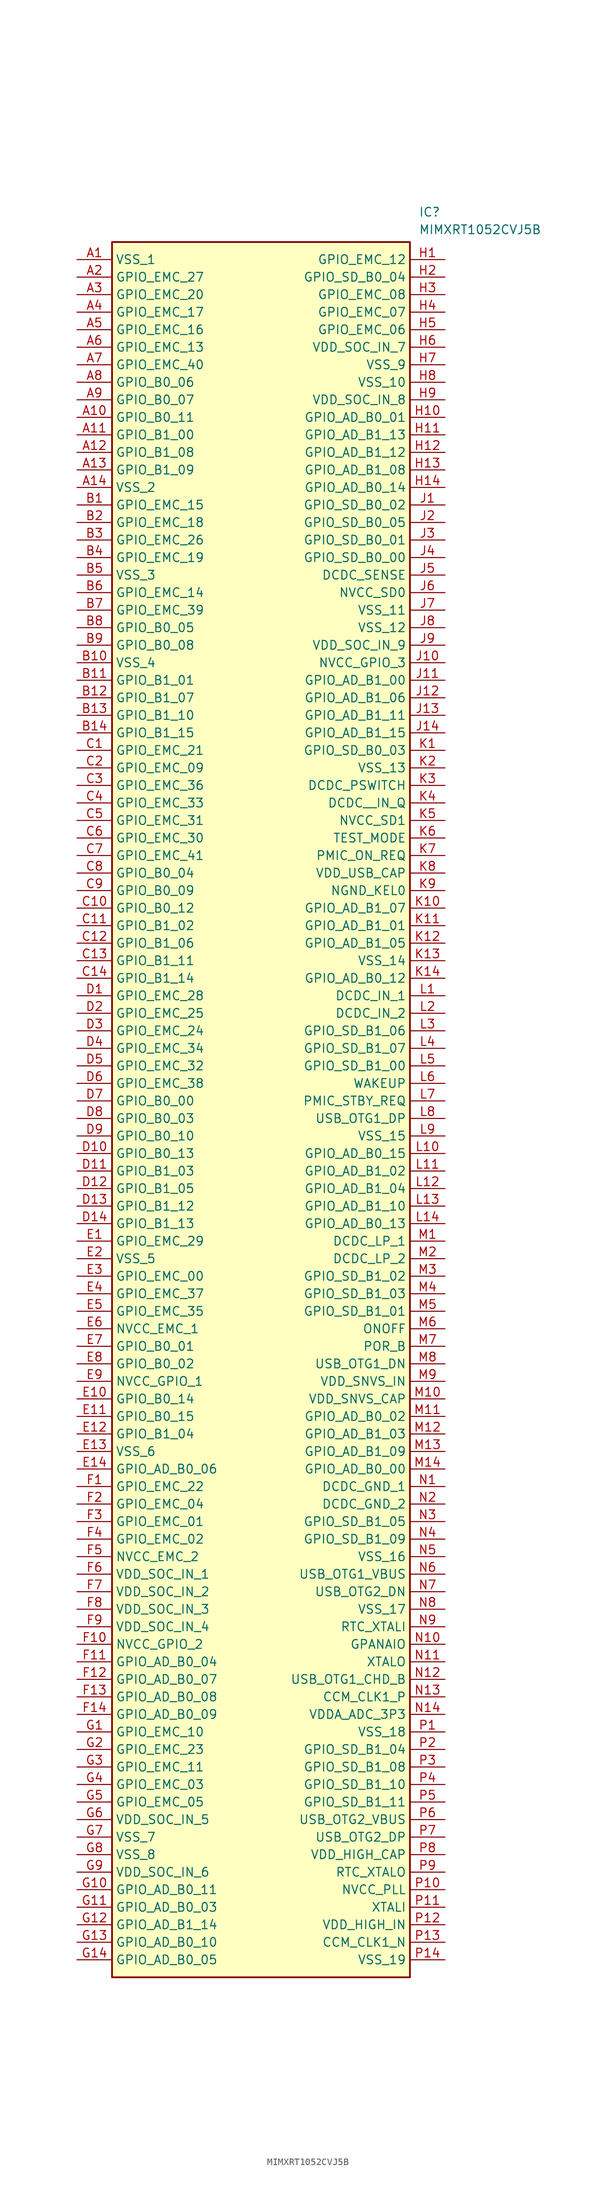
<source format=kicad_sym>
(kicad_symbol_lib
  (version 20211014)
  (generator SamacSys_ECAD_Model)
  (symbol "MIMXRT1052CVJ5B"
    (property "Reference" "IC"
      (at 49.53 7.62 0)
      (effects (font (size 1.27 1.27)) (justify left top)))
    (property "Value" "MIMXRT1052CVJ5B"
      (at 49.53 5.08 0)
      (effects (font (size 1.27 1.27)) (justify left top)))
    (rectangle
      (start 5.08 2.54)
      (end 48.26 -248.92)
      (stroke (width 0.254) (type default))
      (fill (type background)))
    (pin passive line
      (at 0 0 0)
      (length 5.08)
      (name "VSS_1" (effects (font (size 1.27 1.27))))
      (number "A1" (effects (font (size 1.27 1.27)))))
    (pin passive line
      (at 0 -2.54 0)
      (length 5.08)
      (name "GPIO_EMC_27" (effects (font (size 1.27 1.27))))
      (number "A2" (effects (font (size 1.27 1.27)))))
    (pin passive line
      (at 0 -5.08 0)
      (length 5.08)
      (name "GPIO_EMC_20" (effects (font (size 1.27 1.27))))
      (number "A3" (effects (font (size 1.27 1.27)))))
    (pin passive line
      (at 0 -7.62 0)
      (length 5.08)
      (name "GPIO_EMC_17" (effects (font (size 1.27 1.27))))
      (number "A4" (effects (font (size 1.27 1.27)))))
    (pin passive line
      (at 0 -10.16 0)
      (length 5.08)
      (name "GPIO_EMC_16" (effects (font (size 1.27 1.27))))
      (number "A5" (effects (font (size 1.27 1.27)))))
    (pin passive line
      (at 0 -12.7 0)
      (length 5.08)
      (name "GPIO_EMC_13" (effects (font (size 1.27 1.27))))
      (number "A6" (effects (font (size 1.27 1.27)))))
    (pin passive line
      (at 0 -15.24 0)
      (length 5.08)
      (name "GPIO_EMC_40" (effects (font (size 1.27 1.27))))
      (number "A7" (effects (font (size 1.27 1.27)))))
    (pin passive line
      (at 0 -17.78 0)
      (length 5.08)
      (name "GPIO_B0_06" (effects (font (size 1.27 1.27))))
      (number "A8" (effects (font (size 1.27 1.27)))))
    (pin passive line
      (at 0 -20.32 0)
      (length 5.08)
      (name "GPIO_B0_07" (effects (font (size 1.27 1.27))))
      (number "A9" (effects (font (size 1.27 1.27)))))
    (pin passive line
      (at 0 -22.86 0)
      (length 5.08)
      (name "GPIO_B0_11" (effects (font (size 1.27 1.27))))
      (number "A10" (effects (font (size 1.27 1.27)))))
    (pin passive line
      (at 0 -25.4 0)
      (length 5.08)
      (name "GPIO_B1_00" (effects (font (size 1.27 1.27))))
      (number "A11" (effects (font (size 1.27 1.27)))))
    (pin passive line
      (at 0 -27.94 0)
      (length 5.08)
      (name "GPIO_B1_08" (effects (font (size 1.27 1.27))))
      (number "A12" (effects (font (size 1.27 1.27)))))
    (pin passive line
      (at 0 -30.48 0)
      (length 5.08)
      (name "GPIO_B1_09" (effects (font (size 1.27 1.27))))
      (number "A13" (effects (font (size 1.27 1.27)))))
    (pin passive line
      (at 0 -33.02 0)
      (length 5.08)
      (name "VSS_2" (effects (font (size 1.27 1.27))))
      (number "A14" (effects (font (size 1.27 1.27)))))
    (pin passive line
      (at 0 -35.56 0)
      (length 5.08)
      (name "GPIO_EMC_15" (effects (font (size 1.27 1.27))))
      (number "B1" (effects (font (size 1.27 1.27)))))
    (pin passive line
      (at 0 -38.1 0)
      (length 5.08)
      (name "GPIO_EMC_18" (effects (font (size 1.27 1.27))))
      (number "B2" (effects (font (size 1.27 1.27)))))
    (pin passive line
      (at 0 -40.64 0)
      (length 5.08)
      (name "GPIO_EMC_26" (effects (font (size 1.27 1.27))))
      (number "B3" (effects (font (size 1.27 1.27)))))
    (pin passive line
      (at 0 -43.18 0)
      (length 5.08)
      (name "GPIO_EMC_19" (effects (font (size 1.27 1.27))))
      (number "B4" (effects (font (size 1.27 1.27)))))
    (pin passive line
      (at 0 -45.72 0)
      (length 5.08)
      (name "VSS_3" (effects (font (size 1.27 1.27))))
      (number "B5" (effects (font (size 1.27 1.27)))))
    (pin passive line
      (at 0 -48.26 0)
      (length 5.08)
      (name "GPIO_EMC_14" (effects (font (size 1.27 1.27))))
      (number "B6" (effects (font (size 1.27 1.27)))))
    (pin passive line
      (at 0 -50.8 0)
      (length 5.08)
      (name "GPIO_EMC_39" (effects (font (size 1.27 1.27))))
      (number "B7" (effects (font (size 1.27 1.27)))))
    (pin passive line
      (at 0 -53.34 0)
      (length 5.08)
      (name "GPIO_B0_05" (effects (font (size 1.27 1.27))))
      (number "B8" (effects (font (size 1.27 1.27)))))
    (pin passive line
      (at 0 -55.88 0)
      (length 5.08)
      (name "GPIO_B0_08" (effects (font (size 1.27 1.27))))
      (number "B9" (effects (font (size 1.27 1.27)))))
    (pin passive line
      (at 0 -58.42 0)
      (length 5.08)
      (name "VSS_4" (effects (font (size 1.27 1.27))))
      (number "B10" (effects (font (size 1.27 1.27)))))
    (pin passive line
      (at 0 -60.96 0)
      (length 5.08)
      (name "GPIO_B1_01" (effects (font (size 1.27 1.27))))
      (number "B11" (effects (font (size 1.27 1.27)))))
    (pin passive line
      (at 0 -63.5 0)
      (length 5.08)
      (name "GPIO_B1_07" (effects (font (size 1.27 1.27))))
      (number "B12" (effects (font (size 1.27 1.27)))))
    (pin passive line
      (at 0 -66.04 0)
      (length 5.08)
      (name "GPIO_B1_10" (effects (font (size 1.27 1.27))))
      (number "B13" (effects (font (size 1.27 1.27)))))
    (pin passive line
      (at 0 -68.58 0)
      (length 5.08)
      (name "GPIO_B1_15" (effects (font (size 1.27 1.27))))
      (number "B14" (effects (font (size 1.27 1.27)))))
    (pin passive line
      (at 0 -71.12 0)
      (length 5.08)
      (name "GPIO_EMC_21" (effects (font (size 1.27 1.27))))
      (number "C1" (effects (font (size 1.27 1.27)))))
    (pin passive line
      (at 0 -73.66 0)
      (length 5.08)
      (name "GPIO_EMC_09" (effects (font (size 1.27 1.27))))
      (number "C2" (effects (font (size 1.27 1.27)))))
    (pin passive line
      (at 0 -76.2 0)
      (length 5.08)
      (name "GPIO_EMC_36" (effects (font (size 1.27 1.27))))
      (number "C3" (effects (font (size 1.27 1.27)))))
    (pin passive line
      (at 0 -78.74 0)
      (length 5.08)
      (name "GPIO_EMC_33" (effects (font (size 1.27 1.27))))
      (number "C4" (effects (font (size 1.27 1.27)))))
    (pin passive line
      (at 0 -81.28 0)
      (length 5.08)
      (name "GPIO_EMC_31" (effects (font (size 1.27 1.27))))
      (number "C5" (effects (font (size 1.27 1.27)))))
    (pin passive line
      (at 0 -83.82 0)
      (length 5.08)
      (name "GPIO_EMC_30" (effects (font (size 1.27 1.27))))
      (number "C6" (effects (font (size 1.27 1.27)))))
    (pin passive line
      (at 0 -86.36 0)
      (length 5.08)
      (name "GPIO_EMC_41" (effects (font (size 1.27 1.27))))
      (number "C7" (effects (font (size 1.27 1.27)))))
    (pin passive line
      (at 0 -88.9 0)
      (length 5.08)
      (name "GPIO_B0_04" (effects (font (size 1.27 1.27))))
      (number "C8" (effects (font (size 1.27 1.27)))))
    (pin passive line
      (at 0 -91.44 0)
      (length 5.08)
      (name "GPIO_B0_09" (effects (font (size 1.27 1.27))))
      (number "C9" (effects (font (size 1.27 1.27)))))
    (pin passive line
      (at 0 -93.98 0)
      (length 5.08)
      (name "GPIO_B0_12" (effects (font (size 1.27 1.27))))
      (number "C10" (effects (font (size 1.27 1.27)))))
    (pin passive line
      (at 0 -96.52 0)
      (length 5.08)
      (name "GPIO_B1_02" (effects (font (size 1.27 1.27))))
      (number "C11" (effects (font (size 1.27 1.27)))))
    (pin passive line
      (at 0 -99.06 0)
      (length 5.08)
      (name "GPIO_B1_06" (effects (font (size 1.27 1.27))))
      (number "C12" (effects (font (size 1.27 1.27)))))
    (pin passive line
      (at 0 -101.6 0)
      (length 5.08)
      (name "GPIO_B1_11" (effects (font (size 1.27 1.27))))
      (number "C13" (effects (font (size 1.27 1.27)))))
    (pin passive line
      (at 0 -104.14 0)
      (length 5.08)
      (name "GPIO_B1_14" (effects (font (size 1.27 1.27))))
      (number "C14" (effects (font (size 1.27 1.27)))))
    (pin passive line
      (at 0 -106.68 0)
      (length 5.08)
      (name "GPIO_EMC_28" (effects (font (size 1.27 1.27))))
      (number "D1" (effects (font (size 1.27 1.27)))))
    (pin passive line
      (at 0 -109.22 0)
      (length 5.08)
      (name "GPIO_EMC_25" (effects (font (size 1.27 1.27))))
      (number "D2" (effects (font (size 1.27 1.27)))))
    (pin passive line
      (at 0 -111.76 0)
      (length 5.08)
      (name "GPIO_EMC_24" (effects (font (size 1.27 1.27))))
      (number "D3" (effects (font (size 1.27 1.27)))))
    (pin passive line
      (at 0 -114.3 0)
      (length 5.08)
      (name "GPIO_EMC_34" (effects (font (size 1.27 1.27))))
      (number "D4" (effects (font (size 1.27 1.27)))))
    (pin passive line
      (at 0 -116.84 0)
      (length 5.08)
      (name "GPIO_EMC_32" (effects (font (size 1.27 1.27))))
      (number "D5" (effects (font (size 1.27 1.27)))))
    (pin passive line
      (at 0 -119.38 0)
      (length 5.08)
      (name "GPIO_EMC_38" (effects (font (size 1.27 1.27))))
      (number "D6" (effects (font (size 1.27 1.27)))))
    (pin passive line
      (at 0 -121.92 0)
      (length 5.08)
      (name "GPIO_B0_00" (effects (font (size 1.27 1.27))))
      (number "D7" (effects (font (size 1.27 1.27)))))
    (pin passive line
      (at 0 -124.46 0)
      (length 5.08)
      (name "GPIO_B0_03" (effects (font (size 1.27 1.27))))
      (number "D8" (effects (font (size 1.27 1.27)))))
    (pin passive line
      (at 0 -127 0)
      (length 5.08)
      (name "GPIO_B0_10" (effects (font (size 1.27 1.27))))
      (number "D9" (effects (font (size 1.27 1.27)))))
    (pin passive line
      (at 0 -129.54 0)
      (length 5.08)
      (name "GPIO_B0_13" (effects (font (size 1.27 1.27))))
      (number "D10" (effects (font (size 1.27 1.27)))))
    (pin passive line
      (at 0 -132.08 0)
      (length 5.08)
      (name "GPIO_B1_03" (effects (font (size 1.27 1.27))))
      (number "D11" (effects (font (size 1.27 1.27)))))
    (pin passive line
      (at 0 -134.62 0)
      (length 5.08)
      (name "GPIO_B1_05" (effects (font (size 1.27 1.27))))
      (number "D12" (effects (font (size 1.27 1.27)))))
    (pin passive line
      (at 0 -137.16 0)
      (length 5.08)
      (name "GPIO_B1_12" (effects (font (size 1.27 1.27))))
      (number "D13" (effects (font (size 1.27 1.27)))))
    (pin passive line
      (at 0 -139.7 0)
      (length 5.08)
      (name "GPIO_B1_13" (effects (font (size 1.27 1.27))))
      (number "D14" (effects (font (size 1.27 1.27)))))
    (pin passive line
      (at 0 -142.24 0)
      (length 5.08)
      (name "GPIO_EMC_29" (effects (font (size 1.27 1.27))))
      (number "E1" (effects (font (size 1.27 1.27)))))
    (pin passive line
      (at 0 -144.78 0)
      (length 5.08)
      (name "VSS_5" (effects (font (size 1.27 1.27))))
      (number "E2" (effects (font (size 1.27 1.27)))))
    (pin passive line
      (at 0 -147.32 0)
      (length 5.08)
      (name "GPIO_EMC_00" (effects (font (size 1.27 1.27))))
      (number "E3" (effects (font (size 1.27 1.27)))))
    (pin passive line
      (at 0 -149.86 0)
      (length 5.08)
      (name "GPIO_EMC_37" (effects (font (size 1.27 1.27))))
      (number "E4" (effects (font (size 1.27 1.27)))))
    (pin passive line
      (at 0 -152.4 0)
      (length 5.08)
      (name "GPIO_EMC_35" (effects (font (size 1.27 1.27))))
      (number "E5" (effects (font (size 1.27 1.27)))))
    (pin passive line
      (at 0 -154.94 0)
      (length 5.08)
      (name "NVCC_EMC_1" (effects (font (size 1.27 1.27))))
      (number "E6" (effects (font (size 1.27 1.27)))))
    (pin passive line
      (at 0 -157.48 0)
      (length 5.08)
      (name "GPIO_B0_01" (effects (font (size 1.27 1.27))))
      (number "E7" (effects (font (size 1.27 1.27)))))
    (pin passive line
      (at 0 -160.02 0)
      (length 5.08)
      (name "GPIO_B0_02" (effects (font (size 1.27 1.27))))
      (number "E8" (effects (font (size 1.27 1.27)))))
    (pin passive line
      (at 0 -162.56 0)
      (length 5.08)
      (name "NVCC_GPIO_1" (effects (font (size 1.27 1.27))))
      (number "E9" (effects (font (size 1.27 1.27)))))
    (pin passive line
      (at 0 -165.1 0)
      (length 5.08)
      (name "GPIO_B0_14" (effects (font (size 1.27 1.27))))
      (number "E10" (effects (font (size 1.27 1.27)))))
    (pin passive line
      (at 0 -167.64 0)
      (length 5.08)
      (name "GPIO_B0_15" (effects (font (size 1.27 1.27))))
      (number "E11" (effects (font (size 1.27 1.27)))))
    (pin passive line
      (at 0 -170.18 0)
      (length 5.08)
      (name "GPIO_B1_04" (effects (font (size 1.27 1.27))))
      (number "E12" (effects (font (size 1.27 1.27)))))
    (pin passive line
      (at 0 -172.72 0)
      (length 5.08)
      (name "VSS_6" (effects (font (size 1.27 1.27))))
      (number "E13" (effects (font (size 1.27 1.27)))))
    (pin passive line
      (at 0 -175.26 0)
      (length 5.08)
      (name "GPIO_AD_B0_06" (effects (font (size 1.27 1.27))))
      (number "E14" (effects (font (size 1.27 1.27)))))
    (pin passive line
      (at 0 -177.8 0)
      (length 5.08)
      (name "GPIO_EMC_22" (effects (font (size 1.27 1.27))))
      (number "F1" (effects (font (size 1.27 1.27)))))
    (pin passive line
      (at 0 -180.34 0)
      (length 5.08)
      (name "GPIO_EMC_04" (effects (font (size 1.27 1.27))))
      (number "F2" (effects (font (size 1.27 1.27)))))
    (pin passive line
      (at 0 -182.88 0)
      (length 5.08)
      (name "GPIO_EMC_01" (effects (font (size 1.27 1.27))))
      (number "F3" (effects (font (size 1.27 1.27)))))
    (pin passive line
      (at 0 -185.42 0)
      (length 5.08)
      (name "GPIO_EMC_02" (effects (font (size 1.27 1.27))))
      (number "F4" (effects (font (size 1.27 1.27)))))
    (pin passive line
      (at 0 -187.96 0)
      (length 5.08)
      (name "NVCC_EMC_2" (effects (font (size 1.27 1.27))))
      (number "F5" (effects (font (size 1.27 1.27)))))
    (pin passive line
      (at 0 -190.5 0)
      (length 5.08)
      (name "VDD_SOC_IN_1" (effects (font (size 1.27 1.27))))
      (number "F6" (effects (font (size 1.27 1.27)))))
    (pin passive line
      (at 0 -193.04 0)
      (length 5.08)
      (name "VDD_SOC_IN_2" (effects (font (size 1.27 1.27))))
      (number "F7" (effects (font (size 1.27 1.27)))))
    (pin passive line
      (at 0 -195.58 0)
      (length 5.08)
      (name "VDD_SOC_IN_3" (effects (font (size 1.27 1.27))))
      (number "F8" (effects (font (size 1.27 1.27)))))
    (pin passive line
      (at 0 -198.12 0)
      (length 5.08)
      (name "VDD_SOC_IN_4" (effects (font (size 1.27 1.27))))
      (number "F9" (effects (font (size 1.27 1.27)))))
    (pin passive line
      (at 0 -200.66 0)
      (length 5.08)
      (name "NVCC_GPIO_2" (effects (font (size 1.27 1.27))))
      (number "F10" (effects (font (size 1.27 1.27)))))
    (pin passive line
      (at 0 -203.2 0)
      (length 5.08)
      (name "GPIO_AD_B0_04" (effects (font (size 1.27 1.27))))
      (number "F11" (effects (font (size 1.27 1.27)))))
    (pin passive line
      (at 0 -205.74 0)
      (length 5.08)
      (name "GPIO_AD_B0_07" (effects (font (size 1.27 1.27))))
      (number "F12" (effects (font (size 1.27 1.27)))))
    (pin passive line
      (at 0 -208.28 0)
      (length 5.08)
      (name "GPIO_AD_B0_08" (effects (font (size 1.27 1.27))))
      (number "F13" (effects (font (size 1.27 1.27)))))
    (pin passive line
      (at 0 -210.82 0)
      (length 5.08)
      (name "GPIO_AD_B0_09" (effects (font (size 1.27 1.27))))
      (number "F14" (effects (font (size 1.27 1.27)))))
    (pin passive line
      (at 0 -213.36 0)
      (length 5.08)
      (name "GPIO_EMC_10" (effects (font (size 1.27 1.27))))
      (number "G1" (effects (font (size 1.27 1.27)))))
    (pin passive line
      (at 0 -215.9 0)
      (length 5.08)
      (name "GPIO_EMC_23" (effects (font (size 1.27 1.27))))
      (number "G2" (effects (font (size 1.27 1.27)))))
    (pin passive line
      (at 0 -218.44 0)
      (length 5.08)
      (name "GPIO_EMC_11" (effects (font (size 1.27 1.27))))
      (number "G3" (effects (font (size 1.27 1.27)))))
    (pin passive line
      (at 0 -220.98 0)
      (length 5.08)
      (name "GPIO_EMC_03" (effects (font (size 1.27 1.27))))
      (number "G4" (effects (font (size 1.27 1.27)))))
    (pin passive line
      (at 0 -223.52 0)
      (length 5.08)
      (name "GPIO_EMC_05" (effects (font (size 1.27 1.27))))
      (number "G5" (effects (font (size 1.27 1.27)))))
    (pin passive line
      (at 0 -226.06 0)
      (length 5.08)
      (name "VDD_SOC_IN_5" (effects (font (size 1.27 1.27))))
      (number "G6" (effects (font (size 1.27 1.27)))))
    (pin passive line
      (at 0 -228.6 0)
      (length 5.08)
      (name "VSS_7" (effects (font (size 1.27 1.27))))
      (number "G7" (effects (font (size 1.27 1.27)))))
    (pin passive line
      (at 0 -231.14 0)
      (length 5.08)
      (name "VSS_8" (effects (font (size 1.27 1.27))))
      (number "G8" (effects (font (size 1.27 1.27)))))
    (pin passive line
      (at 0 -233.68 0)
      (length 5.08)
      (name "VDD_SOC_IN_6" (effects (font (size 1.27 1.27))))
      (number "G9" (effects (font (size 1.27 1.27)))))
    (pin passive line
      (at 0 -236.22 0)
      (length 5.08)
      (name "GPIO_AD_B0_11" (effects (font (size 1.27 1.27))))
      (number "G10" (effects (font (size 1.27 1.27)))))
    (pin passive line
      (at 0 -238.76 0)
      (length 5.08)
      (name "GPIO_AD_B0_03" (effects (font (size 1.27 1.27))))
      (number "G11" (effects (font (size 1.27 1.27)))))
    (pin passive line
      (at 0 -241.3 0)
      (length 5.08)
      (name "GPIO_AD_B1_14" (effects (font (size 1.27 1.27))))
      (number "G12" (effects (font (size 1.27 1.27)))))
    (pin passive line
      (at 0 -243.84 0)
      (length 5.08)
      (name "GPIO_AD_B0_10" (effects (font (size 1.27 1.27))))
      (number "G13" (effects (font (size 1.27 1.27)))))
    (pin passive line
      (at 0 -246.38 0)
      (length 5.08)
      (name "GPIO_AD_B0_05" (effects (font (size 1.27 1.27))))
      (number "G14" (effects (font (size 1.27 1.27)))))
    (pin passive line
      (at 53.34 0 180)
      (length 5.08)
      (name "GPIO_EMC_12" (effects (font (size 1.27 1.27))))
      (number "H1" (effects (font (size 1.27 1.27)))))
    (pin passive line
      (at 53.34 -2.54 180)
      (length 5.08)
      (name "GPIO_SD_B0_04" (effects (font (size 1.27 1.27))))
      (number "H2" (effects (font (size 1.27 1.27)))))
    (pin passive line
      (at 53.34 -5.08 180)
      (length 5.08)
      (name "GPIO_EMC_08" (effects (font (size 1.27 1.27))))
      (number "H3" (effects (font (size 1.27 1.27)))))
    (pin passive line
      (at 53.34 -7.62 180)
      (length 5.08)
      (name "GPIO_EMC_07" (effects (font (size 1.27 1.27))))
      (number "H4" (effects (font (size 1.27 1.27)))))
    (pin passive line
      (at 53.34 -10.16 180)
      (length 5.08)
      (name "GPIO_EMC_06" (effects (font (size 1.27 1.27))))
      (number "H5" (effects (font (size 1.27 1.27)))))
    (pin passive line
      (at 53.34 -12.7 180)
      (length 5.08)
      (name "VDD_SOC_IN_7" (effects (font (size 1.27 1.27))))
      (number "H6" (effects (font (size 1.27 1.27)))))
    (pin passive line
      (at 53.34 -15.24 180)
      (length 5.08)
      (name "VSS_9" (effects (font (size 1.27 1.27))))
      (number "H7" (effects (font (size 1.27 1.27)))))
    (pin passive line
      (at 53.34 -17.78 180)
      (length 5.08)
      (name "VSS_10" (effects (font (size 1.27 1.27))))
      (number "H8" (effects (font (size 1.27 1.27)))))
    (pin passive line
      (at 53.34 -20.32 180)
      (length 5.08)
      (name "VDD_SOC_IN_8" (effects (font (size 1.27 1.27))))
      (number "H9" (effects (font (size 1.27 1.27)))))
    (pin passive line
      (at 53.34 -22.86 180)
      (length 5.08)
      (name "GPIO_AD_B0_01" (effects (font (size 1.27 1.27))))
      (number "H10" (effects (font (size 1.27 1.27)))))
    (pin passive line
      (at 53.34 -25.4 180)
      (length 5.08)
      (name "GPIO_AD_B1_13" (effects (font (size 1.27 1.27))))
      (number "H11" (effects (font (size 1.27 1.27)))))
    (pin passive line
      (at 53.34 -27.94 180)
      (length 5.08)
      (name "GPIO_AD_B1_12" (effects (font (size 1.27 1.27))))
      (number "H12" (effects (font (size 1.27 1.27)))))
    (pin passive line
      (at 53.34 -30.48 180)
      (length 5.08)
      (name "GPIO_AD_B1_08" (effects (font (size 1.27 1.27))))
      (number "H13" (effects (font (size 1.27 1.27)))))
    (pin passive line
      (at 53.34 -33.02 180)
      (length 5.08)
      (name "GPIO_AD_B0_14" (effects (font (size 1.27 1.27))))
      (number "H14" (effects (font (size 1.27 1.27)))))
    (pin passive line
      (at 53.34 -35.56 180)
      (length 5.08)
      (name "GPIO_SD_B0_02" (effects (font (size 1.27 1.27))))
      (number "J1" (effects (font (size 1.27 1.27)))))
    (pin passive line
      (at 53.34 -38.1 180)
      (length 5.08)
      (name "GPIO_SD_B0_05" (effects (font (size 1.27 1.27))))
      (number "J2" (effects (font (size 1.27 1.27)))))
    (pin passive line
      (at 53.34 -40.64 180)
      (length 5.08)
      (name "GPIO_SD_B0_01" (effects (font (size 1.27 1.27))))
      (number "J3" (effects (font (size 1.27 1.27)))))
    (pin passive line
      (at 53.34 -43.18 180)
      (length 5.08)
      (name "GPIO_SD_B0_00" (effects (font (size 1.27 1.27))))
      (number "J4" (effects (font (size 1.27 1.27)))))
    (pin passive line
      (at 53.34 -45.72 180)
      (length 5.08)
      (name "DCDC_SENSE" (effects (font (size 1.27 1.27))))
      (number "J5" (effects (font (size 1.27 1.27)))))
    (pin passive line
      (at 53.34 -48.26 180)
      (length 5.08)
      (name "NVCC_SD0" (effects (font (size 1.27 1.27))))
      (number "J6" (effects (font (size 1.27 1.27)))))
    (pin passive line
      (at 53.34 -50.8 180)
      (length 5.08)
      (name "VSS_11" (effects (font (size 1.27 1.27))))
      (number "J7" (effects (font (size 1.27 1.27)))))
    (pin passive line
      (at 53.34 -53.34 180)
      (length 5.08)
      (name "VSS_12" (effects (font (size 1.27 1.27))))
      (number "J8" (effects (font (size 1.27 1.27)))))
    (pin passive line
      (at 53.34 -55.88 180)
      (length 5.08)
      (name "VDD_SOC_IN_9" (effects (font (size 1.27 1.27))))
      (number "J9" (effects (font (size 1.27 1.27)))))
    (pin passive line
      (at 53.34 -58.42 180)
      (length 5.08)
      (name "NVCC_GPIO_3" (effects (font (size 1.27 1.27))))
      (number "J10" (effects (font (size 1.27 1.27)))))
    (pin passive line
      (at 53.34 -60.96 180)
      (length 5.08)
      (name "GPIO_AD_B1_00" (effects (font (size 1.27 1.27))))
      (number "J11" (effects (font (size 1.27 1.27)))))
    (pin passive line
      (at 53.34 -63.5 180)
      (length 5.08)
      (name "GPIO_AD_B1_06" (effects (font (size 1.27 1.27))))
      (number "J12" (effects (font (size 1.27 1.27)))))
    (pin passive line
      (at 53.34 -66.04 180)
      (length 5.08)
      (name "GPIO_AD_B1_11" (effects (font (size 1.27 1.27))))
      (number "J13" (effects (font (size 1.27 1.27)))))
    (pin passive line
      (at 53.34 -68.58 180)
      (length 5.08)
      (name "GPIO_AD_B1_15" (effects (font (size 1.27 1.27))))
      (number "J14" (effects (font (size 1.27 1.27)))))
    (pin passive line
      (at 53.34 -71.12 180)
      (length 5.08)
      (name "GPIO_SD_B0_03" (effects (font (size 1.27 1.27))))
      (number "K1" (effects (font (size 1.27 1.27)))))
    (pin passive line
      (at 53.34 -73.66 180)
      (length 5.08)
      (name "VSS_13" (effects (font (size 1.27 1.27))))
      (number "K2" (effects (font (size 1.27 1.27)))))
    (pin passive line
      (at 53.34 -76.2 180)
      (length 5.08)
      (name "DCDC_PSWITCH" (effects (font (size 1.27 1.27))))
      (number "K3" (effects (font (size 1.27 1.27)))))
    (pin passive line
      (at 53.34 -78.74 180)
      (length 5.08)
      (name "DCDC__IN_Q" (effects (font (size 1.27 1.27))))
      (number "K4" (effects (font (size 1.27 1.27)))))
    (pin passive line
      (at 53.34 -81.28 180)
      (length 5.08)
      (name "NVCC_SD1" (effects (font (size 1.27 1.27))))
      (number "K5" (effects (font (size 1.27 1.27)))))
    (pin passive line
      (at 53.34 -83.82 180)
      (length 5.08)
      (name "TEST_MODE" (effects (font (size 1.27 1.27))))
      (number "K6" (effects (font (size 1.27 1.27)))))
    (pin passive line
      (at 53.34 -86.36 180)
      (length 5.08)
      (name "PMIC_ON_REQ" (effects (font (size 1.27 1.27))))
      (number "K7" (effects (font (size 1.27 1.27)))))
    (pin passive line
      (at 53.34 -88.9 180)
      (length 5.08)
      (name "VDD_USB_CAP" (effects (font (size 1.27 1.27))))
      (number "K8" (effects (font (size 1.27 1.27)))))
    (pin passive line
      (at 53.34 -91.44 180)
      (length 5.08)
      (name "NGND_KEL0" (effects (font (size 1.27 1.27))))
      (number "K9" (effects (font (size 1.27 1.27)))))
    (pin passive line
      (at 53.34 -93.98 180)
      (length 5.08)
      (name "GPIO_AD_B1_07" (effects (font (size 1.27 1.27))))
      (number "K10" (effects (font (size 1.27 1.27)))))
    (pin passive line
      (at 53.34 -96.52 180)
      (length 5.08)
      (name "GPIO_AD_B1_01" (effects (font (size 1.27 1.27))))
      (number "K11" (effects (font (size 1.27 1.27)))))
    (pin passive line
      (at 53.34 -99.06 180)
      (length 5.08)
      (name "GPIO_AD_B1_05" (effects (font (size 1.27 1.27))))
      (number "K12" (effects (font (size 1.27 1.27)))))
    (pin passive line
      (at 53.34 -101.6 180)
      (length 5.08)
      (name "VSS_14" (effects (font (size 1.27 1.27))))
      (number "K13" (effects (font (size 1.27 1.27)))))
    (pin passive line
      (at 53.34 -104.14 180)
      (length 5.08)
      (name "GPIO_AD_B0_12" (effects (font (size 1.27 1.27))))
      (number "K14" (effects (font (size 1.27 1.27)))))
    (pin passive line
      (at 53.34 -106.68 180)
      (length 5.08)
      (name "DCDC_IN_1" (effects (font (size 1.27 1.27))))
      (number "L1" (effects (font (size 1.27 1.27)))))
    (pin passive line
      (at 53.34 -109.22 180)
      (length 5.08)
      (name "DCDC_IN_2" (effects (font (size 1.27 1.27))))
      (number "L2" (effects (font (size 1.27 1.27)))))
    (pin passive line
      (at 53.34 -111.76 180)
      (length 5.08)
      (name "GPIO_SD_B1_06" (effects (font (size 1.27 1.27))))
      (number "L3" (effects (font (size 1.27 1.27)))))
    (pin passive line
      (at 53.34 -114.3 180)
      (length 5.08)
      (name "GPIO_SD_B1_07" (effects (font (size 1.27 1.27))))
      (number "L4" (effects (font (size 1.27 1.27)))))
    (pin passive line
      (at 53.34 -116.84 180)
      (length 5.08)
      (name "GPIO_SD_B1_00" (effects (font (size 1.27 1.27))))
      (number "L5" (effects (font (size 1.27 1.27)))))
    (pin passive line
      (at 53.34 -119.38 180)
      (length 5.08)
      (name "WAKEUP" (effects (font (size 1.27 1.27))))
      (number "L6" (effects (font (size 1.27 1.27)))))
    (pin passive line
      (at 53.34 -121.92 180)
      (length 5.08)
      (name "PMIC_STBY_REQ" (effects (font (size 1.27 1.27))))
      (number "L7" (effects (font (size 1.27 1.27)))))
    (pin passive line
      (at 53.34 -124.46 180)
      (length 5.08)
      (name "USB_OTG1_DP" (effects (font (size 1.27 1.27))))
      (number "L8" (effects (font (size 1.27 1.27)))))
    (pin passive line
      (at 53.34 -127 180)
      (length 5.08)
      (name "VSS_15" (effects (font (size 1.27 1.27))))
      (number "L9" (effects (font (size 1.27 1.27)))))
    (pin passive line
      (at 53.34 -129.54 180)
      (length 5.08)
      (name "GPIO_AD_B0_15" (effects (font (size 1.27 1.27))))
      (number "L10" (effects (font (size 1.27 1.27)))))
    (pin passive line
      (at 53.34 -132.08 180)
      (length 5.08)
      (name "GPIO_AD_B1_02" (effects (font (size 1.27 1.27))))
      (number "L11" (effects (font (size 1.27 1.27)))))
    (pin passive line
      (at 53.34 -134.62 180)
      (length 5.08)
      (name "GPIO_AD_B1_04" (effects (font (size 1.27 1.27))))
      (number "L12" (effects (font (size 1.27 1.27)))))
    (pin passive line
      (at 53.34 -137.16 180)
      (length 5.08)
      (name "GPIO_AD_B1_10" (effects (font (size 1.27 1.27))))
      (number "L13" (effects (font (size 1.27 1.27)))))
    (pin passive line
      (at 53.34 -139.7 180)
      (length 5.08)
      (name "GPIO_AD_B0_13" (effects (font (size 1.27 1.27))))
      (number "L14" (effects (font (size 1.27 1.27)))))
    (pin passive line
      (at 53.34 -142.24 180)
      (length 5.08)
      (name "DCDC_LP_1" (effects (font (size 1.27 1.27))))
      (number "M1" (effects (font (size 1.27 1.27)))))
    (pin passive line
      (at 53.34 -144.78 180)
      (length 5.08)
      (name "DCDC_LP_2" (effects (font (size 1.27 1.27))))
      (number "M2" (effects (font (size 1.27 1.27)))))
    (pin passive line
      (at 53.34 -147.32 180)
      (length 5.08)
      (name "GPIO_SD_B1_02" (effects (font (size 1.27 1.27))))
      (number "M3" (effects (font (size 1.27 1.27)))))
    (pin passive line
      (at 53.34 -149.86 180)
      (length 5.08)
      (name "GPIO_SD_B1_03" (effects (font (size 1.27 1.27))))
      (number "M4" (effects (font (size 1.27 1.27)))))
    (pin passive line
      (at 53.34 -152.4 180)
      (length 5.08)
      (name "GPIO_SD_B1_01" (effects (font (size 1.27 1.27))))
      (number "M5" (effects (font (size 1.27 1.27)))))
    (pin passive line
      (at 53.34 -154.94 180)
      (length 5.08)
      (name "ONOFF" (effects (font (size 1.27 1.27))))
      (number "M6" (effects (font (size 1.27 1.27)))))
    (pin passive line
      (at 53.34 -157.48 180)
      (length 5.08)
      (name "POR_B" (effects (font (size 1.27 1.27))))
      (number "M7" (effects (font (size 1.27 1.27)))))
    (pin passive line
      (at 53.34 -160.02 180)
      (length 5.08)
      (name "USB_OTG1_DN" (effects (font (size 1.27 1.27))))
      (number "M8" (effects (font (size 1.27 1.27)))))
    (pin passive line
      (at 53.34 -162.56 180)
      (length 5.08)
      (name "VDD_SNVS_IN" (effects (font (size 1.27 1.27))))
      (number "M9" (effects (font (size 1.27 1.27)))))
    (pin passive line
      (at 53.34 -165.1 180)
      (length 5.08)
      (name "VDD_SNVS_CAP" (effects (font (size 1.27 1.27))))
      (number "M10" (effects (font (size 1.27 1.27)))))
    (pin passive line
      (at 53.34 -167.64 180)
      (length 5.08)
      (name "GPIO_AD_B0_02" (effects (font (size 1.27 1.27))))
      (number "M11" (effects (font (size 1.27 1.27)))))
    (pin passive line
      (at 53.34 -170.18 180)
      (length 5.08)
      (name "GPIO_AD_B1_03" (effects (font (size 1.27 1.27))))
      (number "M12" (effects (font (size 1.27 1.27)))))
    (pin passive line
      (at 53.34 -172.72 180)
      (length 5.08)
      (name "GPIO_AD_B1_09" (effects (font (size 1.27 1.27))))
      (number "M13" (effects (font (size 1.27 1.27)))))
    (pin passive line
      (at 53.34 -175.26 180)
      (length 5.08)
      (name "GPIO_AD_B0_00" (effects (font (size 1.27 1.27))))
      (number "M14" (effects (font (size 1.27 1.27)))))
    (pin passive line
      (at 53.34 -177.8 180)
      (length 5.08)
      (name "DCDC_GND_1" (effects (font (size 1.27 1.27))))
      (number "N1" (effects (font (size 1.27 1.27)))))
    (pin passive line
      (at 53.34 -180.34 180)
      (length 5.08)
      (name "DCDC_GND_2" (effects (font (size 1.27 1.27))))
      (number "N2" (effects (font (size 1.27 1.27)))))
    (pin passive line
      (at 53.34 -182.88 180)
      (length 5.08)
      (name "GPIO_SD_B1_05" (effects (font (size 1.27 1.27))))
      (number "N3" (effects (font (size 1.27 1.27)))))
    (pin passive line
      (at 53.34 -185.42 180)
      (length 5.08)
      (name "GPIO_SD_B1_09" (effects (font (size 1.27 1.27))))
      (number "N4" (effects (font (size 1.27 1.27)))))
    (pin passive line
      (at 53.34 -187.96 180)
      (length 5.08)
      (name "VSS_16" (effects (font (size 1.27 1.27))))
      (number "N5" (effects (font (size 1.27 1.27)))))
    (pin passive line
      (at 53.34 -190.5 180)
      (length 5.08)
      (name "USB_OTG1_VBUS" (effects (font (size 1.27 1.27))))
      (number "N6" (effects (font (size 1.27 1.27)))))
    (pin passive line
      (at 53.34 -193.04 180)
      (length 5.08)
      (name "USB_OTG2_DN" (effects (font (size 1.27 1.27))))
      (number "N7" (effects (font (size 1.27 1.27)))))
    (pin passive line
      (at 53.34 -195.58 180)
      (length 5.08)
      (name "VSS_17" (effects (font (size 1.27 1.27))))
      (number "N8" (effects (font (size 1.27 1.27)))))
    (pin passive line
      (at 53.34 -198.12 180)
      (length 5.08)
      (name "RTC_XTALI" (effects (font (size 1.27 1.27))))
      (number "N9" (effects (font (size 1.27 1.27)))))
    (pin passive line
      (at 53.34 -200.66 180)
      (length 5.08)
      (name "GPANAIO" (effects (font (size 1.27 1.27))))
      (number "N10" (effects (font (size 1.27 1.27)))))
    (pin passive line
      (at 53.34 -203.2 180)
      (length 5.08)
      (name "XTALO" (effects (font (size 1.27 1.27))))
      (number "N11" (effects (font (size 1.27 1.27)))))
    (pin passive line
      (at 53.34 -205.74 180)
      (length 5.08)
      (name "USB_OTG1_CHD_B" (effects (font (size 1.27 1.27))))
      (number "N12" (effects (font (size 1.27 1.27)))))
    (pin passive line
      (at 53.34 -208.28 180)
      (length 5.08)
      (name "CCM_CLK1_P" (effects (font (size 1.27 1.27))))
      (number "N13" (effects (font (size 1.27 1.27)))))
    (pin passive line
      (at 53.34 -210.82 180)
      (length 5.08)
      (name "VDDA_ADC_3P3" (effects (font (size 1.27 1.27))))
      (number "N14" (effects (font (size 1.27 1.27)))))
    (pin passive line
      (at 53.34 -213.36 180)
      (length 5.08)
      (name "VSS_18" (effects (font (size 1.27 1.27))))
      (number "P1" (effects (font (size 1.27 1.27)))))
    (pin passive line
      (at 53.34 -215.9 180)
      (length 5.08)
      (name "GPIO_SD_B1_04" (effects (font (size 1.27 1.27))))
      (number "P2" (effects (font (size 1.27 1.27)))))
    (pin passive line
      (at 53.34 -218.44 180)
      (length 5.08)
      (name "GPIO_SD_B1_08" (effects (font (size 1.27 1.27))))
      (number "P3" (effects (font (size 1.27 1.27)))))
    (pin passive line
      (at 53.34 -220.98 180)
      (length 5.08)
      (name "GPIO_SD_B1_10" (effects (font (size 1.27 1.27))))
      (number "P4" (effects (font (size 1.27 1.27)))))
    (pin passive line
      (at 53.34 -223.52 180)
      (length 5.08)
      (name "GPIO_SD_B1_11" (effects (font (size 1.27 1.27))))
      (number "P5" (effects (font (size 1.27 1.27)))))
    (pin passive line
      (at 53.34 -226.06 180)
      (length 5.08)
      (name "USB_OTG2_VBUS" (effects (font (size 1.27 1.27))))
      (number "P6" (effects (font (size 1.27 1.27)))))
    (pin passive line
      (at 53.34 -228.6 180)
      (length 5.08)
      (name "USB_OTG2_DP" (effects (font (size 1.27 1.27))))
      (number "P7" (effects (font (size 1.27 1.27)))))
    (pin passive line
      (at 53.34 -231.14 180)
      (length 5.08)
      (name "VDD_HIGH_CAP" (effects (font (size 1.27 1.27))))
      (number "P8" (effects (font (size 1.27 1.27)))))
    (pin passive line
      (at 53.34 -233.68 180)
      (length 5.08)
      (name "RTC_XTALO" (effects (font (size 1.27 1.27))))
      (number "P9" (effects (font (size 1.27 1.27)))))
    (pin passive line
      (at 53.34 -236.22 180)
      (length 5.08)
      (name "NVCC_PLL" (effects (font (size 1.27 1.27))))
      (number "P10" (effects (font (size 1.27 1.27)))))
    (pin passive line
      (at 53.34 -238.76 180)
      (length 5.08)
      (name "XTALI" (effects (font (size 1.27 1.27))))
      (number "P11" (effects (font (size 1.27 1.27)))))
    (pin passive line
      (at 53.34 -241.3 180)
      (length 5.08)
      (name "VDD_HIGH_IN" (effects (font (size 1.27 1.27))))
      (number "P12" (effects (font (size 1.27 1.27)))))
    (pin passive line
      (at 53.34 -243.84 180)
      (length 5.08)
      (name "CCM_CLK1_N" (effects (font (size 1.27 1.27))))
      (number "P13" (effects (font (size 1.27 1.27)))))
    (pin passive line
      (at 53.34 -246.38 180)
      (length 5.08)
      (name "VSS_19" (effects (font (size 1.27 1.27))))
      (number "P14" (effects (font (size 1.27 1.27)))))))
</source>
